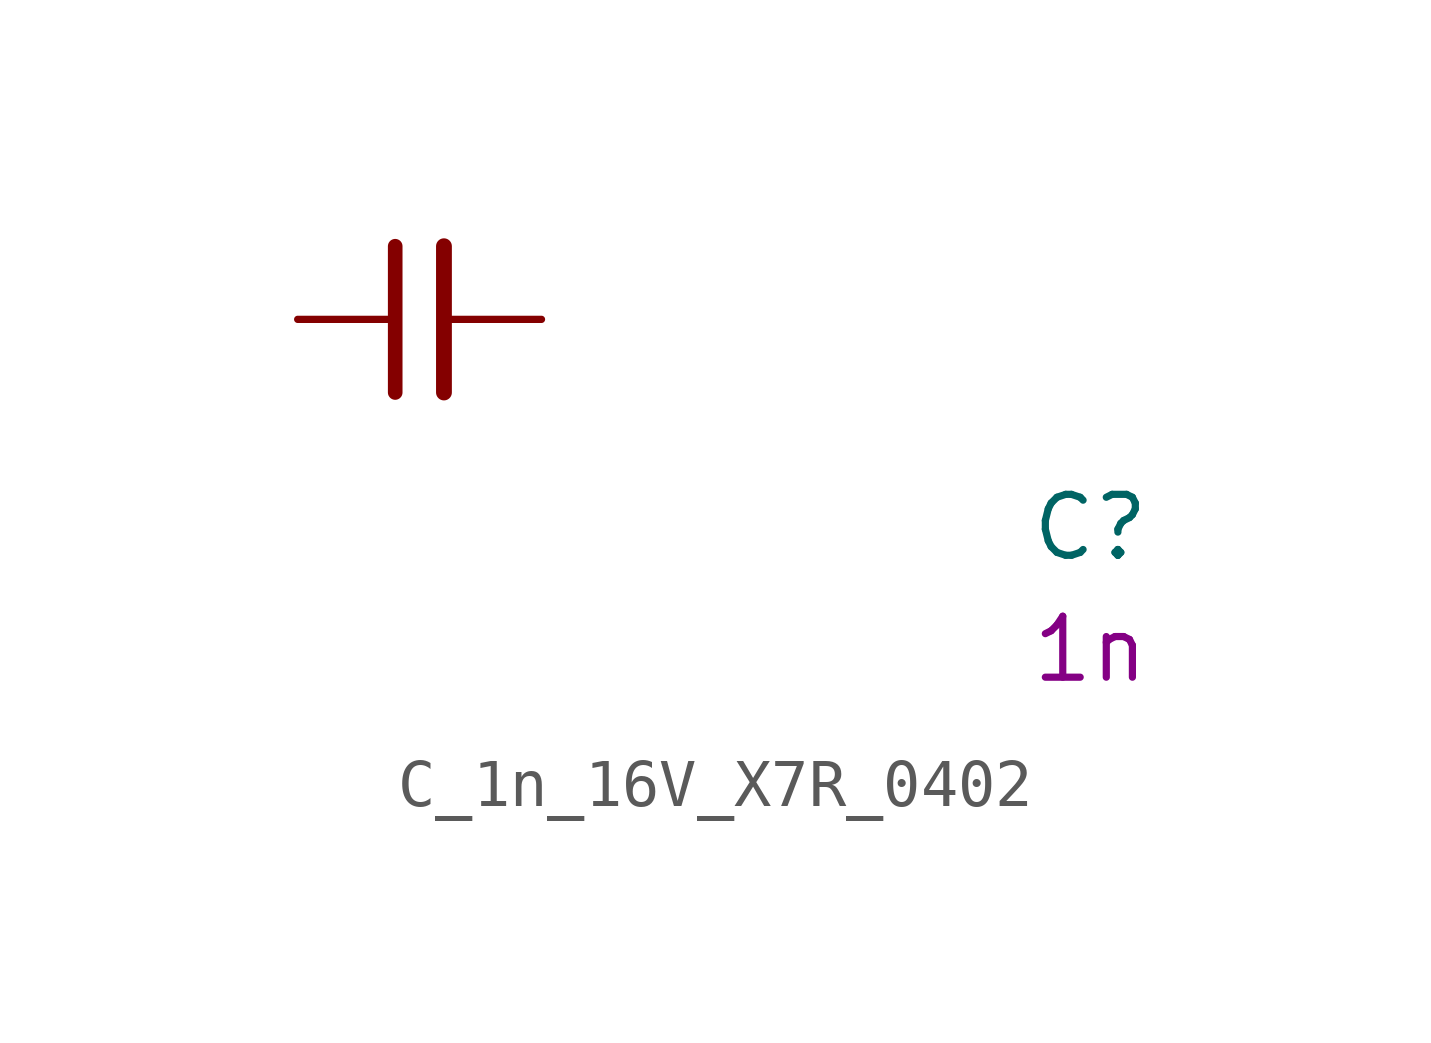
<source format=kicad_sym>
(kicad_symbol_lib
  (version 20220914)
  (generator kicad_symbol_editor)
  (symbol "C_1n_16V_X7R_0402"
    (pin_numbers hide)
    (pin_names hide)
    (property "Reference" "C"
      (at 15.24 -5.08 0)
      (effects (font (size 1.27 1.27) (thickness 0.15)) (justify left bottom)))
    (property "Val" "1n"
      (at 15.24 -7.62 0)
      (effects (font (size 1.27 1.27) (thickness 0.15)) (justify left bottom)))
    (symbol "C_1n_16V_X7R_0402_0_1"
      (polyline (pts (xy 2.032 -1.524) (xy 2.032 1.524)) (stroke (width 0.305) (type default)) (fill (type none)))
      (polyline (pts (xy 3.048 -1.524) (xy 3.048 1.524)) (stroke (width 0.33) (type default)) (fill (type none))))
    (symbol "C_1n_16V_X7R_0402_1_1"
      (pin passive line (at 0 0 0) (length 2.032) (name "~" (effects (font (size 1.27 1.27)))) (number "1" (effects (font (size 1.27 1.27)))))
      (pin passive line (at 5.08 0 180) (length 2.032) (name "~" (effects (font (size 1.27 1.27)))) (number "2" (effects (font (size 1.27 1.27))))))))
</source>
